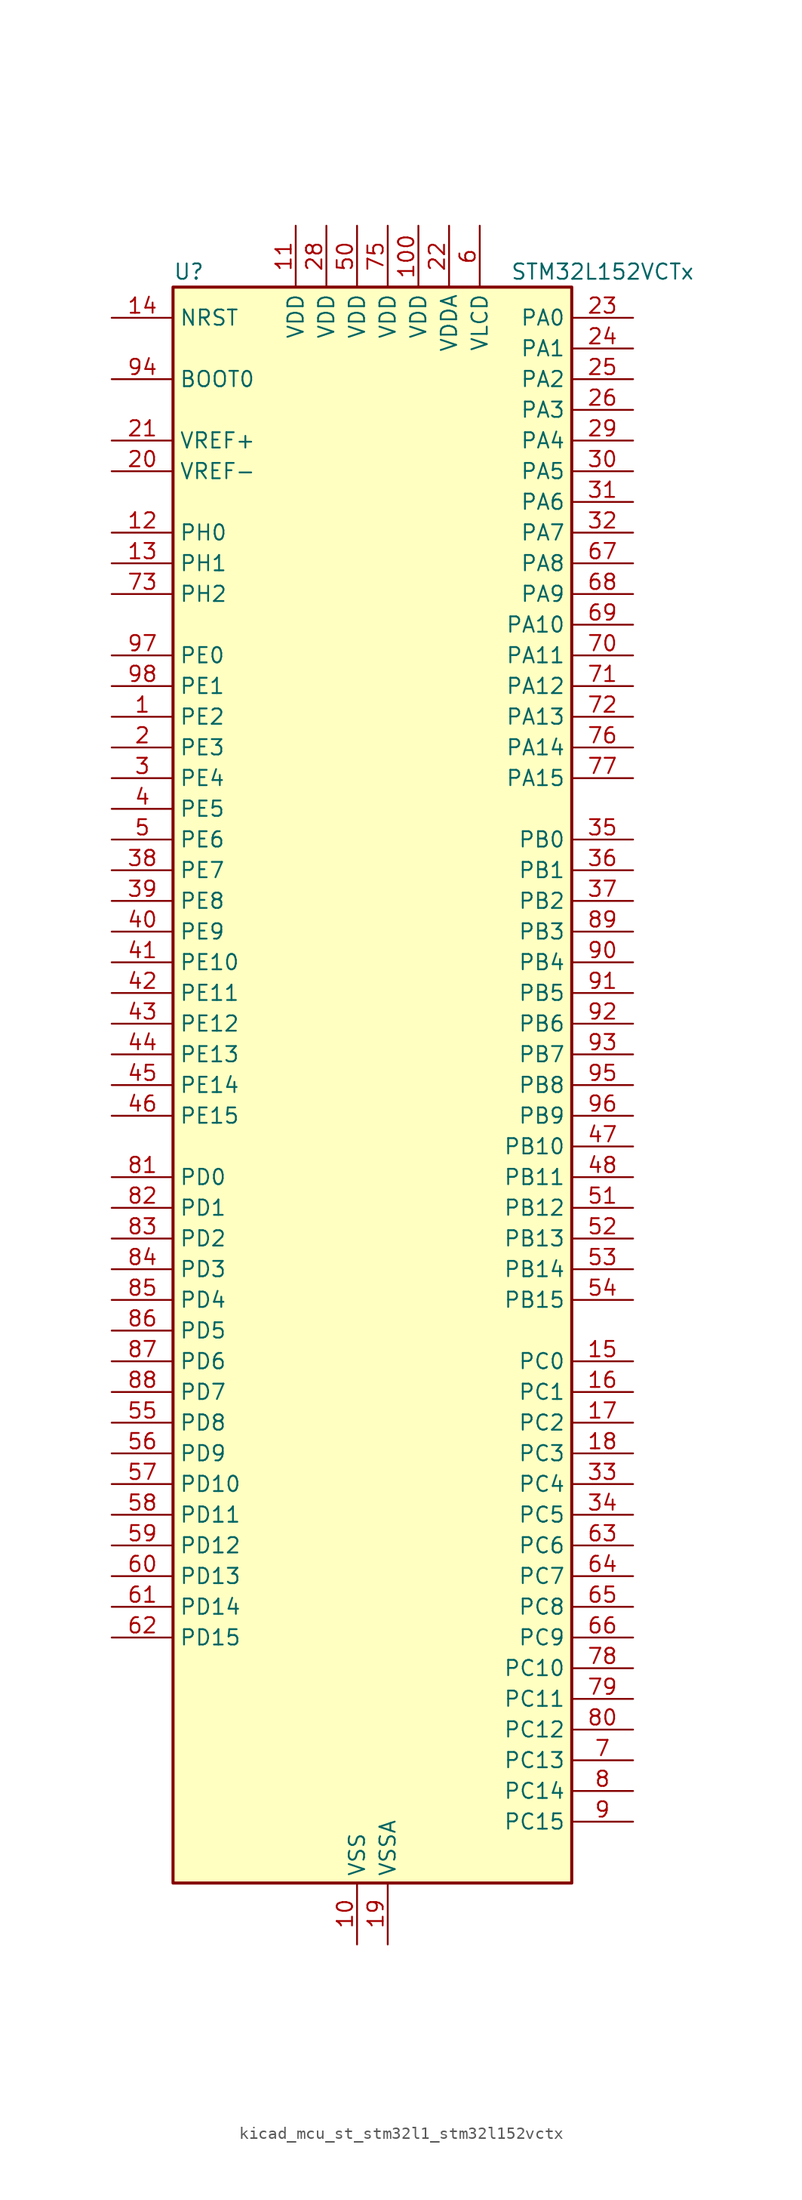
<source format=kicad_sym>
(kicad_symbol_lib
  (version 20220914)
  (generator kicad_symbol_editor)
  (symbol "kicad_mcu_st_stm32l1_stm32l152vctx"
    (property "Reference" "U"
      (at -15.24 67.31 0)
      (effects (font (size 1.27 1.27)) (justify left)))
    (property "Value" "STM32L152VCTx"
      (at 12.7 67.31 0)
      (effects (font (size 1.27 1.27)) (justify left)))
    (property "ki_locked" ""
      (at 0 0 0)
      (effects (font (size 1.27 1.27))))
    (symbol "kicad_mcu_st_stm32l1_stm32l152vctx_0_1"
      (rectangle (start -15.24 -66.04) (end 17.78 66.04) (stroke (width 0.254) (type default)) (fill (type background))))
    (symbol "kicad_mcu_st_stm32l1_stm32l152vctx_1_1"
      (pin bidirectional line (at -20.32 30.48 0) (length 5.08) (name "PE2" (effects (font (size 1.27 1.27)))) (number "1" (effects (font (size 1.27 1.27)))) (alternate "LCD_SEG38" bidirectional line) (alternate "SYS_TRACECK" bidirectional line) (alternate "TIM3_ETR" bidirectional line) (alternate "TIMX_IC3" bidirectional line))
      (pin power_in line (at 0 -71.12 90) (length 5.08) (name "VSS" (effects (font (size 1.27 1.27)))) (number "10" (effects (font (size 1.27 1.27)))))
      (pin power_in line (at 5.08 71.12 270) (length 5.08) (name "VDD" (effects (font (size 1.27 1.27)))) (number "100" (effects (font (size 1.27 1.27)))))
      (pin power_in line (at -5.08 71.12 270) (length 5.08) (name "VDD" (effects (font (size 1.27 1.27)))) (number "11" (effects (font (size 1.27 1.27)))))
      (pin bidirectional line (at -20.32 45.72 0) (length 5.08) (name "PH0" (effects (font (size 1.27 1.27)))) (number "12" (effects (font (size 1.27 1.27)))) (alternate "RCC_OSC_IN" bidirectional line))
      (pin bidirectional line (at -20.32 43.18 0) (length 5.08) (name "PH1" (effects (font (size 1.27 1.27)))) (number "13" (effects (font (size 1.27 1.27)))) (alternate "RCC_OSC_OUT" bidirectional line))
      (pin input line (at -20.32 63.5 0) (length 5.08) (name "NRST" (effects (font (size 1.27 1.27)))) (number "14" (effects (font (size 1.27 1.27)))))
      (pin bidirectional line (at 22.86 -22.86 180) (length 5.08) (name "PC0" (effects (font (size 1.27 1.27)))) (number "15" (effects (font (size 1.27 1.27)))) (alternate "ADC_IN10" bidirectional line) (alternate "COMP1_INP" bidirectional line) (alternate "LCD_SEG18" bidirectional line) (alternate "TIMX_IC1" bidirectional line) (alternate "TS_G8_IO1" bidirectional line))
      (pin bidirectional line (at 22.86 -25.4 180) (length 5.08) (name "PC1" (effects (font (size 1.27 1.27)))) (number "16" (effects (font (size 1.27 1.27)))) (alternate "ADC_IN11" bidirectional line) (alternate "COMP1_INP" bidirectional line) (alternate "LCD_SEG19" bidirectional line) (alternate "TIMX_IC2" bidirectional line) (alternate "TS_G8_IO2" bidirectional line))
      (pin bidirectional line (at 22.86 -27.94 180) (length 5.08) (name "PC2" (effects (font (size 1.27 1.27)))) (number "17" (effects (font (size 1.27 1.27)))) (alternate "ADC_IN12" bidirectional line) (alternate "COMP1_INP" bidirectional line) (alternate "LCD_SEG20" bidirectional line) (alternate "TIMX_IC3" bidirectional line) (alternate "TS_G8_IO3" bidirectional line))
      (pin bidirectional line (at 22.86 -30.48 180) (length 5.08) (name "PC3" (effects (font (size 1.27 1.27)))) (number "18" (effects (font (size 1.27 1.27)))) (alternate "ADC_IN13" bidirectional line) (alternate "COMP1_INP" bidirectional line) (alternate "LCD_SEG21" bidirectional line) (alternate "TIMX_IC4" bidirectional line) (alternate "TS_G8_IO4" bidirectional line))
      (pin power_in line (at 2.54 -71.12 90) (length 5.08) (name "VSSA" (effects (font (size 1.27 1.27)))) (number "19" (effects (font (size 1.27 1.27)))))
      (pin bidirectional line (at -20.32 27.94 0) (length 5.08) (name "PE3" (effects (font (size 1.27 1.27)))) (number "2" (effects (font (size 1.27 1.27)))) (alternate "LCD_SEG39" bidirectional line) (alternate "SYS_TRACED0" bidirectional line) (alternate "TIM3_CH1" bidirectional line) (alternate "TIMX_IC4" bidirectional line))
      (pin input line (at -20.32 50.8 0) (length 5.08) (name "VREF-" (effects (font (size 1.27 1.27)))) (number "20" (effects (font (size 1.27 1.27)))))
      (pin input line (at -20.32 53.34 0) (length 5.08) (name "VREF+" (effects (font (size 1.27 1.27)))) (number "21" (effects (font (size 1.27 1.27)))))
      (pin power_in line (at 7.62 71.12 270) (length 5.08) (name "VDDA" (effects (font (size 1.27 1.27)))) (number "22" (effects (font (size 1.27 1.27)))))
      (pin bidirectional line (at 22.86 63.5 180) (length 5.08) (name "PA0" (effects (font (size 1.27 1.27)))) (number "23" (effects (font (size 1.27 1.27)))) (alternate "ADC_IN0" bidirectional line) (alternate "COMP1_INP" bidirectional line) (alternate "RTC_TAMP2" bidirectional line) (alternate "SYS_WKUP1" bidirectional line) (alternate "TIM2_CH1" bidirectional line) (alternate "TIM2_ETR" bidirectional line) (alternate "TIM5_CH1" bidirectional line) (alternate "TIMX_IC1" bidirectional line) (alternate "TS_G1_IO1" bidirectional line) (alternate "USART2_CTS" bidirectional line))
      (pin bidirectional line (at 22.86 60.96 180) (length 5.08) (name "PA1" (effects (font (size 1.27 1.27)))) (number "24" (effects (font (size 1.27 1.27)))) (alternate "ADC_IN1" bidirectional line) (alternate "COMP1_INP" bidirectional line) (alternate "LCD_SEG0" bidirectional line) (alternate "OPAMP1_VINP" bidirectional line) (alternate "TIM2_CH2" bidirectional line) (alternate "TIM5_CH2" bidirectional line) (alternate "TIMX_IC2" bidirectional line) (alternate "TS_G1_IO2" bidirectional line) (alternate "USART2_RTS" bidirectional line))
      (pin bidirectional line (at 22.86 58.42 180) (length 5.08) (name "PA2" (effects (font (size 1.27 1.27)))) (number "25" (effects (font (size 1.27 1.27)))) (alternate "ADC_IN2" bidirectional line) (alternate "COMP1_INP" bidirectional line) (alternate "LCD_SEG1" bidirectional line) (alternate "OPAMP1_VINM" bidirectional line) (alternate "TIM2_CH3" bidirectional line) (alternate "TIM5_CH3" bidirectional line) (alternate "TIM9_CH1" bidirectional line) (alternate "TIMX_IC3" bidirectional line) (alternate "TS_G1_IO3" bidirectional line) (alternate "USART2_TX" bidirectional line))
      (pin bidirectional line (at 22.86 55.88 180) (length 5.08) (name "PA3" (effects (font (size 1.27 1.27)))) (number "26" (effects (font (size 1.27 1.27)))) (alternate "ADC_IN3" bidirectional line) (alternate "COMP1_INP" bidirectional line) (alternate "LCD_SEG2" bidirectional line) (alternate "OPAMP1_VOUT" bidirectional line) (alternate "TIM2_CH4" bidirectional line) (alternate "TIM5_CH4" bidirectional line) (alternate "TIM9_CH2" bidirectional line) (alternate "TIMX_IC4" bidirectional line) (alternate "TS_G1_IO4" bidirectional line) (alternate "USART2_RX" bidirectional line))
      (pin passive line (at 0 -71.12 90) (length 5.08) hide (name "VSS" (effects (font (size 1.27 1.27)))) (number "27" (effects (font (size 1.27 1.27)))))
      (pin power_in line (at -2.54 71.12 270) (length 5.08) (name "VDD" (effects (font (size 1.27 1.27)))) (number "28" (effects (font (size 1.27 1.27)))))
      (pin bidirectional line (at 22.86 53.34 180) (length 5.08) (name "PA4" (effects (font (size 1.27 1.27)))) (number "29" (effects (font (size 1.27 1.27)))) (alternate "ADC_IN4" bidirectional line) (alternate "COMP1_INP" bidirectional line) (alternate "DAC_OUT1" bidirectional line) (alternate "I2S3_WS" bidirectional line) (alternate "SPI1_NSS" bidirectional line) (alternate "SPI3_NSS" bidirectional line) (alternate "TIMX_IC1" bidirectional line) (alternate "USART2_CK" bidirectional line))
      (pin bidirectional line (at -20.32 25.4 0) (length 5.08) (name "PE4" (effects (font (size 1.27 1.27)))) (number "3" (effects (font (size 1.27 1.27)))) (alternate "SYS_TRACED1" bidirectional line) (alternate "TIM3_CH2" bidirectional line) (alternate "TIMX_IC1" bidirectional line))
      (pin bidirectional line (at 22.86 50.8 180) (length 5.08) (name "PA5" (effects (font (size 1.27 1.27)))) (number "30" (effects (font (size 1.27 1.27)))) (alternate "ADC_IN5" bidirectional line) (alternate "COMP1_INP" bidirectional line) (alternate "DAC_OUT2" bidirectional line) (alternate "SPI1_SCK" bidirectional line) (alternate "TIM2_CH1" bidirectional line) (alternate "TIM2_ETR" bidirectional line) (alternate "TIMX_IC2" bidirectional line))
      (pin bidirectional line (at 22.86 48.26 180) (length 5.08) (name "PA6" (effects (font (size 1.27 1.27)))) (number "31" (effects (font (size 1.27 1.27)))) (alternate "ADC_IN6" bidirectional line) (alternate "COMP1_INP" bidirectional line) (alternate "LCD_SEG3" bidirectional line) (alternate "OPAMP2_VINP" bidirectional line) (alternate "SPI1_MISO" bidirectional line) (alternate "TIM10_CH1" bidirectional line) (alternate "TIM3_CH1" bidirectional line) (alternate "TIMX_IC3" bidirectional line) (alternate "TS_G2_IO1" bidirectional line))
      (pin bidirectional line (at 22.86 45.72 180) (length 5.08) (name "PA7" (effects (font (size 1.27 1.27)))) (number "32" (effects (font (size 1.27 1.27)))) (alternate "ADC_IN7" bidirectional line) (alternate "COMP1_INP" bidirectional line) (alternate "LCD_SEG4" bidirectional line) (alternate "OPAMP2_VINM" bidirectional line) (alternate "SPI1_MOSI" bidirectional line) (alternate "TIM11_CH1" bidirectional line) (alternate "TIM3_CH2" bidirectional line) (alternate "TIMX_IC4" bidirectional line) (alternate "TS_G2_IO2" bidirectional line))
      (pin bidirectional line (at 22.86 -33.02 180) (length 5.08) (name "PC4" (effects (font (size 1.27 1.27)))) (number "33" (effects (font (size 1.27 1.27)))) (alternate "ADC_IN14" bidirectional line) (alternate "COMP1_INP" bidirectional line) (alternate "LCD_SEG22" bidirectional line) (alternate "TIMX_IC1" bidirectional line) (alternate "TS_G9_IO1" bidirectional line))
      (pin bidirectional line (at 22.86 -35.56 180) (length 5.08) (name "PC5" (effects (font (size 1.27 1.27)))) (number "34" (effects (font (size 1.27 1.27)))) (alternate "ADC_IN15" bidirectional line) (alternate "COMP1_INP" bidirectional line) (alternate "LCD_SEG23" bidirectional line) (alternate "TIMX_IC2" bidirectional line) (alternate "TS_G9_IO2" bidirectional line))
      (pin bidirectional line (at 22.86 20.32 180) (length 5.08) (name "PB0" (effects (font (size 1.27 1.27)))) (number "35" (effects (font (size 1.27 1.27)))) (alternate "ADC_IN8" bidirectional line) (alternate "COMP1_INP" bidirectional line) (alternate "LCD_SEG5" bidirectional line) (alternate "OPAMP2_VOUT" bidirectional line) (alternate "SYS_V_REF_OUT" bidirectional line) (alternate "TIM3_CH3" bidirectional line) (alternate "TS_G3_IO1" bidirectional line))
      (pin bidirectional line (at 22.86 17.78 180) (length 5.08) (name "PB1" (effects (font (size 1.27 1.27)))) (number "36" (effects (font (size 1.27 1.27)))) (alternate "ADC_IN9" bidirectional line) (alternate "COMP1_INP" bidirectional line) (alternate "LCD_SEG6" bidirectional line) (alternate "SYS_V_REF_OUT" bidirectional line) (alternate "TIM3_CH4" bidirectional line) (alternate "TS_G3_IO2" bidirectional line))
      (pin bidirectional line (at 22.86 15.24 180) (length 5.08) (name "PB2" (effects (font (size 1.27 1.27)))) (number "37" (effects (font (size 1.27 1.27)))) (alternate "TS_G3_IO3" bidirectional line))
      (pin bidirectional line (at -20.32 17.78 0) (length 5.08) (name "PE7" (effects (font (size 1.27 1.27)))) (number "38" (effects (font (size 1.27 1.27)))) (alternate "ADC_IN22" bidirectional line) (alternate "COMP1_INP" bidirectional line) (alternate "TIMX_IC4" bidirectional line))
      (pin bidirectional line (at -20.32 15.24 0) (length 5.08) (name "PE8" (effects (font (size 1.27 1.27)))) (number "39" (effects (font (size 1.27 1.27)))) (alternate "ADC_IN23" bidirectional line) (alternate "COMP1_INP" bidirectional line) (alternate "TIMX_IC1" bidirectional line))
      (pin bidirectional line (at -20.32 22.86 0) (length 5.08) (name "PE5" (effects (font (size 1.27 1.27)))) (number "4" (effects (font (size 1.27 1.27)))) (alternate "SYS_TRACED2" bidirectional line) (alternate "TIM9_CH1" bidirectional line) (alternate "TIMX_IC2" bidirectional line))
      (pin bidirectional line (at -20.32 12.7 0) (length 5.08) (name "PE9" (effects (font (size 1.27 1.27)))) (number "40" (effects (font (size 1.27 1.27)))) (alternate "ADC_IN24" bidirectional line) (alternate "COMP1_INP" bidirectional line) (alternate "DAC_EXTI9" bidirectional line) (alternate "TIM2_CH1" bidirectional line) (alternate "TIM2_ETR" bidirectional line) (alternate "TIM5_ETR" bidirectional line) (alternate "TIMX_IC2" bidirectional line))
      (pin bidirectional line (at -20.32 10.16 0) (length 5.08) (name "PE10" (effects (font (size 1.27 1.27)))) (number "41" (effects (font (size 1.27 1.27)))) (alternate "ADC_IN25" bidirectional line) (alternate "COMP1_INP" bidirectional line) (alternate "TIM2_CH2" bidirectional line) (alternate "TIMX_IC3" bidirectional line))
      (pin bidirectional line (at -20.32 7.62 0) (length 5.08) (name "PE11" (effects (font (size 1.27 1.27)))) (number "42" (effects (font (size 1.27 1.27)))) (alternate "ADC_EXTI11" bidirectional line) (alternate "TIM2_CH3" bidirectional line) (alternate "TIMX_IC4" bidirectional line))
      (pin bidirectional line (at -20.32 5.08 0) (length 5.08) (name "PE12" (effects (font (size 1.27 1.27)))) (number "43" (effects (font (size 1.27 1.27)))) (alternate "SPI1_NSS" bidirectional line) (alternate "TIM2_CH4" bidirectional line) (alternate "TIMX_IC1" bidirectional line))
      (pin bidirectional line (at -20.32 2.54 0) (length 5.08) (name "PE13" (effects (font (size 1.27 1.27)))) (number "44" (effects (font (size 1.27 1.27)))) (alternate "SPI1_SCK" bidirectional line) (alternate "TIMX_IC2" bidirectional line))
      (pin bidirectional line (at -20.32 0 0) (length 5.08) (name "PE14" (effects (font (size 1.27 1.27)))) (number "45" (effects (font (size 1.27 1.27)))) (alternate "SPI1_MISO" bidirectional line) (alternate "TIMX_IC3" bidirectional line))
      (pin bidirectional line (at -20.32 -2.54 0) (length 5.08) (name "PE15" (effects (font (size 1.27 1.27)))) (number "46" (effects (font (size 1.27 1.27)))) (alternate "ADC_EXTI15" bidirectional line) (alternate "SPI1_MOSI" bidirectional line) (alternate "TIMX_IC4" bidirectional line))
      (pin bidirectional line (at 22.86 -5.08 180) (length 5.08) (name "PB10" (effects (font (size 1.27 1.27)))) (number "47" (effects (font (size 1.27 1.27)))) (alternate "I2C2_SCL" bidirectional line) (alternate "LCD_SEG10" bidirectional line) (alternate "TIM2_CH3" bidirectional line) (alternate "USART3_TX" bidirectional line))
      (pin bidirectional line (at 22.86 -7.62 180) (length 5.08) (name "PB11" (effects (font (size 1.27 1.27)))) (number "48" (effects (font (size 1.27 1.27)))) (alternate "ADC_EXTI11" bidirectional line) (alternate "I2C2_SDA" bidirectional line) (alternate "LCD_SEG11" bidirectional line) (alternate "TIM2_CH4" bidirectional line) (alternate "USART3_RX" bidirectional line))
      (pin passive line (at 0 -71.12 90) (length 5.08) hide (name "VSS" (effects (font (size 1.27 1.27)))) (number "49" (effects (font (size 1.27 1.27)))))
      (pin bidirectional line (at -20.32 20.32 0) (length 5.08) (name "PE6" (effects (font (size 1.27 1.27)))) (number "5" (effects (font (size 1.27 1.27)))) (alternate "RTC_TAMP3" bidirectional line) (alternate "SYS_TRACED3" bidirectional line) (alternate "SYS_WKUP3" bidirectional line) (alternate "TIM9_CH2" bidirectional line) (alternate "TIMX_IC3" bidirectional line))
      (pin power_in line (at 0 71.12 270) (length 5.08) (name "VDD" (effects (font (size 1.27 1.27)))) (number "50" (effects (font (size 1.27 1.27)))))
      (pin bidirectional line (at 22.86 -10.16 180) (length 5.08) (name "PB12" (effects (font (size 1.27 1.27)))) (number "51" (effects (font (size 1.27 1.27)))) (alternate "ADC_IN18" bidirectional line) (alternate "COMP1_INP" bidirectional line) (alternate "I2C2_SMBA" bidirectional line) (alternate "I2S2_WS" bidirectional line) (alternate "LCD_SEG12" bidirectional line) (alternate "SPI2_NSS" bidirectional line) (alternate "TIM10_CH1" bidirectional line) (alternate "TS_G7_IO1" bidirectional line) (alternate "USART3_CK" bidirectional line))
      (pin bidirectional line (at 22.86 -12.7 180) (length 5.08) (name "PB13" (effects (font (size 1.27 1.27)))) (number "52" (effects (font (size 1.27 1.27)))) (alternate "ADC_IN19" bidirectional line) (alternate "COMP1_INP" bidirectional line) (alternate "I2S2_CK" bidirectional line) (alternate "LCD_SEG13" bidirectional line) (alternate "SPI2_SCK" bidirectional line) (alternate "TIM9_CH1" bidirectional line) (alternate "TS_G7_IO2" bidirectional line) (alternate "USART3_CTS" bidirectional line))
      (pin bidirectional line (at 22.86 -15.24 180) (length 5.08) (name "PB14" (effects (font (size 1.27 1.27)))) (number "53" (effects (font (size 1.27 1.27)))) (alternate "ADC_IN20" bidirectional line) (alternate "COMP1_INP" bidirectional line) (alternate "LCD_SEG14" bidirectional line) (alternate "SPI2_MISO" bidirectional line) (alternate "TIM9_CH2" bidirectional line) (alternate "TS_G7_IO3" bidirectional line) (alternate "USART3_RTS" bidirectional line))
      (pin bidirectional line (at 22.86 -17.78 180) (length 5.08) (name "PB15" (effects (font (size 1.27 1.27)))) (number "54" (effects (font (size 1.27 1.27)))) (alternate "ADC_EXTI15" bidirectional line) (alternate "ADC_IN21" bidirectional line) (alternate "COMP1_INP" bidirectional line) (alternate "I2S2_SD" bidirectional line) (alternate "LCD_SEG15" bidirectional line) (alternate "RTC_REFIN" bidirectional line) (alternate "SPI2_MOSI" bidirectional line) (alternate "TIM11_CH1" bidirectional line) (alternate "TS_G7_IO4" bidirectional line))
      (pin bidirectional line (at -20.32 -27.94 0) (length 5.08) (name "PD8" (effects (font (size 1.27 1.27)))) (number "55" (effects (font (size 1.27 1.27)))) (alternate "LCD_SEG28" bidirectional line) (alternate "TIMX_IC1" bidirectional line) (alternate "USART3_TX" bidirectional line))
      (pin bidirectional line (at -20.32 -30.48 0) (length 5.08) (name "PD9" (effects (font (size 1.27 1.27)))) (number "56" (effects (font (size 1.27 1.27)))) (alternate "DAC_EXTI9" bidirectional line) (alternate "LCD_SEG29" bidirectional line) (alternate "TIMX_IC2" bidirectional line) (alternate "USART3_RX" bidirectional line))
      (pin bidirectional line (at -20.32 -33.02 0) (length 5.08) (name "PD10" (effects (font (size 1.27 1.27)))) (number "57" (effects (font (size 1.27 1.27)))) (alternate "LCD_SEG30" bidirectional line) (alternate "TIMX_IC3" bidirectional line) (alternate "USART3_CK" bidirectional line))
      (pin bidirectional line (at -20.32 -35.56 0) (length 5.08) (name "PD11" (effects (font (size 1.27 1.27)))) (number "58" (effects (font (size 1.27 1.27)))) (alternate "ADC_EXTI11" bidirectional line) (alternate "LCD_SEG31" bidirectional line) (alternate "TIMX_IC4" bidirectional line) (alternate "USART3_CTS" bidirectional line))
      (pin bidirectional line (at -20.32 -38.1 0) (length 5.08) (name "PD12" (effects (font (size 1.27 1.27)))) (number "59" (effects (font (size 1.27 1.27)))) (alternate "LCD_SEG32" bidirectional line) (alternate "TIM4_CH1" bidirectional line) (alternate "TIMX_IC1" bidirectional line) (alternate "USART3_RTS" bidirectional line))
      (pin power_in line (at 10.16 71.12 270) (length 5.08) (name "VLCD" (effects (font (size 1.27 1.27)))) (number "6" (effects (font (size 1.27 1.27)))))
      (pin bidirectional line (at -20.32 -40.64 0) (length 5.08) (name "PD13" (effects (font (size 1.27 1.27)))) (number "60" (effects (font (size 1.27 1.27)))) (alternate "LCD_SEG33" bidirectional line) (alternate "TIM4_CH2" bidirectional line) (alternate "TIMX_IC2" bidirectional line))
      (pin bidirectional line (at -20.32 -43.18 0) (length 5.08) (name "PD14" (effects (font (size 1.27 1.27)))) (number "61" (effects (font (size 1.27 1.27)))) (alternate "LCD_SEG34" bidirectional line) (alternate "TIM4_CH3" bidirectional line) (alternate "TIMX_IC3" bidirectional line))
      (pin bidirectional line (at -20.32 -45.72 0) (length 5.08) (name "PD15" (effects (font (size 1.27 1.27)))) (number "62" (effects (font (size 1.27 1.27)))) (alternate "ADC_EXTI15" bidirectional line) (alternate "LCD_SEG35" bidirectional line) (alternate "TIM4_CH4" bidirectional line) (alternate "TIMX_IC4" bidirectional line))
      (pin bidirectional line (at 22.86 -38.1 180) (length 5.08) (name "PC6" (effects (font (size 1.27 1.27)))) (number "63" (effects (font (size 1.27 1.27)))) (alternate "I2S2_MCK" bidirectional line) (alternate "LCD_SEG24" bidirectional line) (alternate "TIM3_CH1" bidirectional line) (alternate "TIMX_IC3" bidirectional line) (alternate "TS_G10_IO1" bidirectional line))
      (pin bidirectional line (at 22.86 -40.64 180) (length 5.08) (name "PC7" (effects (font (size 1.27 1.27)))) (number "64" (effects (font (size 1.27 1.27)))) (alternate "I2S3_MCK" bidirectional line) (alternate "LCD_SEG25" bidirectional line) (alternate "TIM3_CH2" bidirectional line) (alternate "TIMX_IC4" bidirectional line) (alternate "TS_G10_IO2" bidirectional line))
      (pin bidirectional line (at 22.86 -43.18 180) (length 5.08) (name "PC8" (effects (font (size 1.27 1.27)))) (number "65" (effects (font (size 1.27 1.27)))) (alternate "LCD_SEG26" bidirectional line) (alternate "TIM3_CH3" bidirectional line) (alternate "TIMX_IC1" bidirectional line) (alternate "TS_G10_IO3" bidirectional line))
      (pin bidirectional line (at 22.86 -45.72 180) (length 5.08) (name "PC9" (effects (font (size 1.27 1.27)))) (number "66" (effects (font (size 1.27 1.27)))) (alternate "DAC_EXTI9" bidirectional line) (alternate "LCD_SEG27" bidirectional line) (alternate "TIM3_CH4" bidirectional line) (alternate "TIMX_IC2" bidirectional line) (alternate "TS_G10_IO4" bidirectional line))
      (pin bidirectional line (at 22.86 43.18 180) (length 5.08) (name "PA8" (effects (font (size 1.27 1.27)))) (number "67" (effects (font (size 1.27 1.27)))) (alternate "LCD_COM0" bidirectional line) (alternate "RCC_MCO" bidirectional line) (alternate "TIMX_IC1" bidirectional line) (alternate "TS_G4_IO1" bidirectional line) (alternate "USART1_CK" bidirectional line))
      (pin bidirectional line (at 22.86 40.64 180) (length 5.08) (name "PA9" (effects (font (size 1.27 1.27)))) (number "68" (effects (font (size 1.27 1.27)))) (alternate "DAC_EXTI9" bidirectional line) (alternate "LCD_COM1" bidirectional line) (alternate "TIMX_IC2" bidirectional line) (alternate "TS_G4_IO2" bidirectional line) (alternate "USART1_TX" bidirectional line))
      (pin bidirectional line (at 22.86 38.1 180) (length 5.08) (name "PA10" (effects (font (size 1.27 1.27)))) (number "69" (effects (font (size 1.27 1.27)))) (alternate "LCD_COM2" bidirectional line) (alternate "TIMX_IC3" bidirectional line) (alternate "TS_G4_IO3" bidirectional line) (alternate "USART1_RX" bidirectional line))
      (pin bidirectional line (at 22.86 -55.88 180) (length 5.08) (name "PC13" (effects (font (size 1.27 1.27)))) (number "7" (effects (font (size 1.27 1.27)))) (alternate "RTC_OUT_ALARM" bidirectional line) (alternate "RTC_OUT_CALIB" bidirectional line) (alternate "RTC_TAMP1" bidirectional line) (alternate "RTC_TS" bidirectional line) (alternate "SYS_WKUP2" bidirectional line) (alternate "TIMX_IC2" bidirectional line))
      (pin bidirectional line (at 22.86 35.56 180) (length 5.08) (name "PA11" (effects (font (size 1.27 1.27)))) (number "70" (effects (font (size 1.27 1.27)))) (alternate "ADC_EXTI11" bidirectional line) (alternate "SPI1_MISO" bidirectional line) (alternate "TIMX_IC4" bidirectional line) (alternate "USART1_CTS" bidirectional line) (alternate "USB_DM" bidirectional line))
      (pin bidirectional line (at 22.86 33.02 180) (length 5.08) (name "PA12" (effects (font (size 1.27 1.27)))) (number "71" (effects (font (size 1.27 1.27)))) (alternate "SPI1_MOSI" bidirectional line) (alternate "TIMX_IC1" bidirectional line) (alternate "USART1_RTS" bidirectional line) (alternate "USB_DP" bidirectional line))
      (pin bidirectional line (at 22.86 30.48 180) (length 5.08) (name "PA13" (effects (font (size 1.27 1.27)))) (number "72" (effects (font (size 1.27 1.27)))) (alternate "SYS_JTMS-SWDIO" bidirectional line) (alternate "TIMX_IC2" bidirectional line) (alternate "TS_G5_IO1" bidirectional line))
      (pin bidirectional line (at -20.32 40.64 0) (length 5.08) (name "PH2" (effects (font (size 1.27 1.27)))) (number "73" (effects (font (size 1.27 1.27)))))
      (pin passive line (at 0 -71.12 90) (length 5.08) hide (name "VSS" (effects (font (size 1.27 1.27)))) (number "74" (effects (font (size 1.27 1.27)))))
      (pin power_in line (at 2.54 71.12 270) (length 5.08) (name "VDD" (effects (font (size 1.27 1.27)))) (number "75" (effects (font (size 1.27 1.27)))))
      (pin bidirectional line (at 22.86 27.94 180) (length 5.08) (name "PA14" (effects (font (size 1.27 1.27)))) (number "76" (effects (font (size 1.27 1.27)))) (alternate "SYS_JTCK-SWCLK" bidirectional line) (alternate "TIMX_IC3" bidirectional line) (alternate "TS_G5_IO2" bidirectional line))
      (pin bidirectional line (at 22.86 25.4 180) (length 5.08) (name "PA15" (effects (font (size 1.27 1.27)))) (number "77" (effects (font (size 1.27 1.27)))) (alternate "ADC_EXTI15" bidirectional line) (alternate "I2S3_WS" bidirectional line) (alternate "LCD_SEG17" bidirectional line) (alternate "SPI1_NSS" bidirectional line) (alternate "SPI3_NSS" bidirectional line) (alternate "SYS_JTDI" bidirectional line) (alternate "TIM2_CH1" bidirectional line) (alternate "TIM2_ETR" bidirectional line) (alternate "TIMX_IC4" bidirectional line) (alternate "TS_G5_IO3" bidirectional line))
      (pin bidirectional line (at 22.86 -48.26 180) (length 5.08) (name "PC10" (effects (font (size 1.27 1.27)))) (number "78" (effects (font (size 1.27 1.27)))) (alternate "I2S3_CK" bidirectional line) (alternate "LCD_COM4" bidirectional line) (alternate "LCD_SEG28" bidirectional line) (alternate "LCD_SEG40" bidirectional line) (alternate "SPI3_SCK" bidirectional line) (alternate "TIMX_IC3" bidirectional line) (alternate "USART3_TX" bidirectional line))
      (pin bidirectional line (at 22.86 -50.8 180) (length 5.08) (name "PC11" (effects (font (size 1.27 1.27)))) (number "79" (effects (font (size 1.27 1.27)))) (alternate "ADC_EXTI11" bidirectional line) (alternate "LCD_COM5" bidirectional line) (alternate "LCD_SEG29" bidirectional line) (alternate "LCD_SEG41" bidirectional line) (alternate "SPI3_MISO" bidirectional line) (alternate "TIMX_IC4" bidirectional line) (alternate "USART3_RX" bidirectional line))
      (pin bidirectional line (at 22.86 -58.42 180) (length 5.08) (name "PC14" (effects (font (size 1.27 1.27)))) (number "8" (effects (font (size 1.27 1.27)))) (alternate "RCC_OSC32_IN" bidirectional line) (alternate "TIMX_IC3" bidirectional line))
      (pin bidirectional line (at 22.86 -53.34 180) (length 5.08) (name "PC12" (effects (font (size 1.27 1.27)))) (number "80" (effects (font (size 1.27 1.27)))) (alternate "I2S3_SD" bidirectional line) (alternate "LCD_COM6" bidirectional line) (alternate "LCD_SEG30" bidirectional line) (alternate "LCD_SEG42" bidirectional line) (alternate "SPI3_MOSI" bidirectional line) (alternate "TIMX_IC1" bidirectional line) (alternate "USART3_CK" bidirectional line))
      (pin bidirectional line (at -20.32 -7.62 0) (length 5.08) (name "PD0" (effects (font (size 1.27 1.27)))) (number "81" (effects (font (size 1.27 1.27)))) (alternate "I2S2_WS" bidirectional line) (alternate "SPI2_NSS" bidirectional line) (alternate "TIM9_CH1" bidirectional line) (alternate "TIMX_IC1" bidirectional line))
      (pin bidirectional line (at -20.32 -10.16 0) (length 5.08) (name "PD1" (effects (font (size 1.27 1.27)))) (number "82" (effects (font (size 1.27 1.27)))) (alternate "I2S2_CK" bidirectional line) (alternate "SPI2_SCK" bidirectional line) (alternate "TIMX_IC2" bidirectional line))
      (pin bidirectional line (at -20.32 -12.7 0) (length 5.08) (name "PD2" (effects (font (size 1.27 1.27)))) (number "83" (effects (font (size 1.27 1.27)))) (alternate "LCD_COM7" bidirectional line) (alternate "LCD_SEG31" bidirectional line) (alternate "LCD_SEG43" bidirectional line) (alternate "TIM3_ETR" bidirectional line) (alternate "TIMX_IC3" bidirectional line))
      (pin bidirectional line (at -20.32 -15.24 0) (length 5.08) (name "PD3" (effects (font (size 1.27 1.27)))) (number "84" (effects (font (size 1.27 1.27)))) (alternate "SPI2_MISO" bidirectional line) (alternate "TIMX_IC4" bidirectional line) (alternate "USART2_CTS" bidirectional line))
      (pin bidirectional line (at -20.32 -17.78 0) (length 5.08) (name "PD4" (effects (font (size 1.27 1.27)))) (number "85" (effects (font (size 1.27 1.27)))) (alternate "I2S2_SD" bidirectional line) (alternate "SPI2_MOSI" bidirectional line) (alternate "TIMX_IC1" bidirectional line) (alternate "USART2_RTS" bidirectional line))
      (pin bidirectional line (at -20.32 -20.32 0) (length 5.08) (name "PD5" (effects (font (size 1.27 1.27)))) (number "86" (effects (font (size 1.27 1.27)))) (alternate "TIMX_IC2" bidirectional line) (alternate "USART2_TX" bidirectional line))
      (pin bidirectional line (at -20.32 -22.86 0) (length 5.08) (name "PD6" (effects (font (size 1.27 1.27)))) (number "87" (effects (font (size 1.27 1.27)))) (alternate "TIMX_IC3" bidirectional line) (alternate "USART2_RX" bidirectional line))
      (pin bidirectional line (at -20.32 -25.4 0) (length 5.08) (name "PD7" (effects (font (size 1.27 1.27)))) (number "88" (effects (font (size 1.27 1.27)))) (alternate "TIM9_CH2" bidirectional line) (alternate "TIMX_IC4" bidirectional line) (alternate "USART2_CK" bidirectional line))
      (pin bidirectional line (at 22.86 12.7 180) (length 5.08) (name "PB3" (effects (font (size 1.27 1.27)))) (number "89" (effects (font (size 1.27 1.27)))) (alternate "COMP2_INM" bidirectional line) (alternate "I2S3_CK" bidirectional line) (alternate "LCD_SEG7" bidirectional line) (alternate "SPI1_SCK" bidirectional line) (alternate "SPI3_SCK" bidirectional line) (alternate "SYS_JTDO-TRACESWO" bidirectional line) (alternate "TIM2_CH2" bidirectional line))
      (pin bidirectional line (at 22.86 -60.96 180) (length 5.08) (name "PC15" (effects (font (size 1.27 1.27)))) (number "9" (effects (font (size 1.27 1.27)))) (alternate "ADC_EXTI15" bidirectional line) (alternate "RCC_OSC32_OUT" bidirectional line) (alternate "TIMX_IC4" bidirectional line))
      (pin bidirectional line (at 22.86 10.16 180) (length 5.08) (name "PB4" (effects (font (size 1.27 1.27)))) (number "90" (effects (font (size 1.27 1.27)))) (alternate "COMP2_INP" bidirectional line) (alternate "LCD_SEG8" bidirectional line) (alternate "SPI1_MISO" bidirectional line) (alternate "SPI3_MISO" bidirectional line) (alternate "SYS_JTRST" bidirectional line) (alternate "TIM3_CH1" bidirectional line) (alternate "TS_G6_IO1" bidirectional line))
      (pin bidirectional line (at 22.86 7.62 180) (length 5.08) (name "PB5" (effects (font (size 1.27 1.27)))) (number "91" (effects (font (size 1.27 1.27)))) (alternate "COMP2_INP" bidirectional line) (alternate "I2C1_SMBA" bidirectional line) (alternate "I2S3_SD" bidirectional line) (alternate "LCD_SEG9" bidirectional line) (alternate "SPI1_MOSI" bidirectional line) (alternate "SPI3_MOSI" bidirectional line) (alternate "TIM3_CH2" bidirectional line) (alternate "TS_G6_IO2" bidirectional line))
      (pin bidirectional line (at 22.86 5.08 180) (length 5.08) (name "PB6" (effects (font (size 1.27 1.27)))) (number "92" (effects (font (size 1.27 1.27)))) (alternate "COMP2_INP" bidirectional line) (alternate "I2C1_SCL" bidirectional line) (alternate "TIM4_CH1" bidirectional line) (alternate "TS_G6_IO3" bidirectional line) (alternate "USART1_TX" bidirectional line))
      (pin bidirectional line (at 22.86 2.54 180) (length 5.08) (name "PB7" (effects (font (size 1.27 1.27)))) (number "93" (effects (font (size 1.27 1.27)))) (alternate "COMP2_INP" bidirectional line) (alternate "I2C1_SDA" bidirectional line) (alternate "SYS_PVD_IN" bidirectional line) (alternate "TIM4_CH2" bidirectional line) (alternate "TS_G6_IO4" bidirectional line) (alternate "USART1_RX" bidirectional line))
      (pin input line (at -20.32 58.42 0) (length 5.08) (name "BOOT0" (effects (font (size 1.27 1.27)))) (number "94" (effects (font (size 1.27 1.27)))))
      (pin bidirectional line (at 22.86 0 180) (length 5.08) (name "PB8" (effects (font (size 1.27 1.27)))) (number "95" (effects (font (size 1.27 1.27)))) (alternate "I2C1_SCL" bidirectional line) (alternate "LCD_SEG16" bidirectional line) (alternate "TIM10_CH1" bidirectional line) (alternate "TIM4_CH3" bidirectional line))
      (pin bidirectional line (at 22.86 -2.54 180) (length 5.08) (name "PB9" (effects (font (size 1.27 1.27)))) (number "96" (effects (font (size 1.27 1.27)))) (alternate "DAC_EXTI9" bidirectional line) (alternate "I2C1_SDA" bidirectional line) (alternate "LCD_COM3" bidirectional line) (alternate "TIM11_CH1" bidirectional line) (alternate "TIM4_CH4" bidirectional line))
      (pin bidirectional line (at -20.32 35.56 0) (length 5.08) (name "PE0" (effects (font (size 1.27 1.27)))) (number "97" (effects (font (size 1.27 1.27)))) (alternate "LCD_SEG36" bidirectional line) (alternate "TIM10_CH1" bidirectional line) (alternate "TIM4_ETR" bidirectional line) (alternate "TIMX_IC1" bidirectional line))
      (pin bidirectional line (at -20.32 33.02 0) (length 5.08) (name "PE1" (effects (font (size 1.27 1.27)))) (number "98" (effects (font (size 1.27 1.27)))) (alternate "LCD_SEG37" bidirectional line) (alternate "TIM11_CH1" bidirectional line) (alternate "TIMX_IC2" bidirectional line))
      (pin passive line (at 0 -71.12 90) (length 5.08) hide (name "VSS" (effects (font (size 1.27 1.27)))) (number "99" (effects (font (size 1.27 1.27))))))))
</source>
